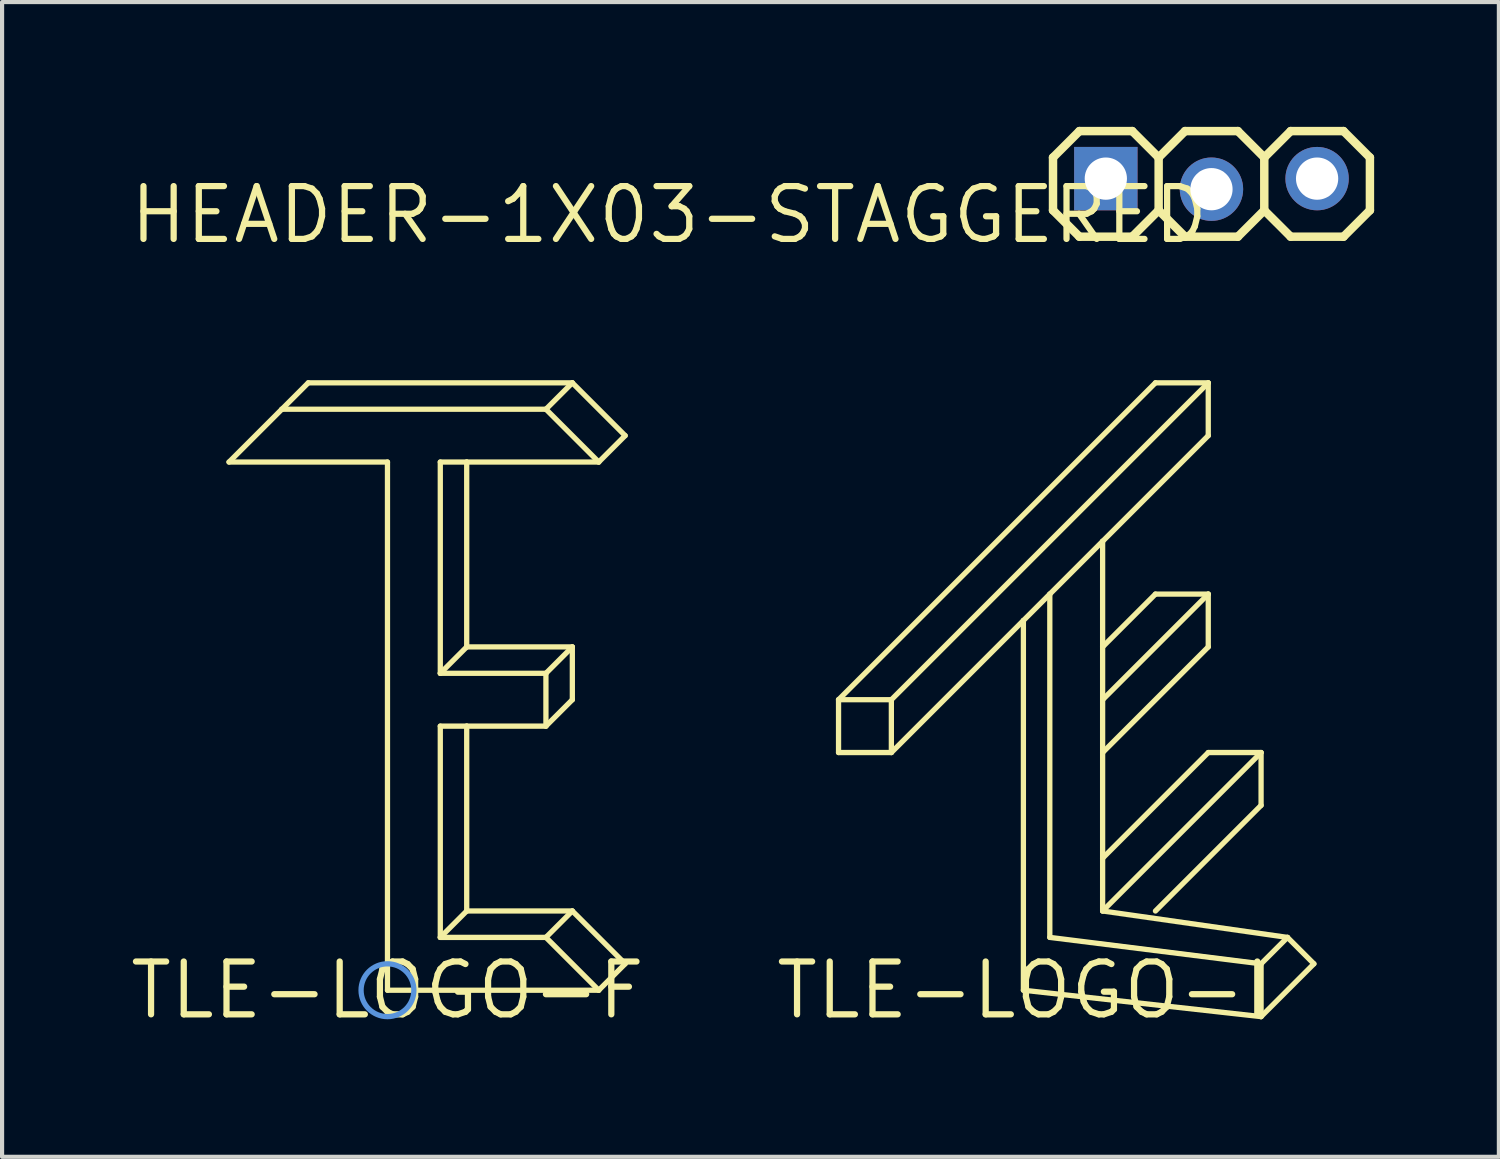
<source format=kicad_pcb>
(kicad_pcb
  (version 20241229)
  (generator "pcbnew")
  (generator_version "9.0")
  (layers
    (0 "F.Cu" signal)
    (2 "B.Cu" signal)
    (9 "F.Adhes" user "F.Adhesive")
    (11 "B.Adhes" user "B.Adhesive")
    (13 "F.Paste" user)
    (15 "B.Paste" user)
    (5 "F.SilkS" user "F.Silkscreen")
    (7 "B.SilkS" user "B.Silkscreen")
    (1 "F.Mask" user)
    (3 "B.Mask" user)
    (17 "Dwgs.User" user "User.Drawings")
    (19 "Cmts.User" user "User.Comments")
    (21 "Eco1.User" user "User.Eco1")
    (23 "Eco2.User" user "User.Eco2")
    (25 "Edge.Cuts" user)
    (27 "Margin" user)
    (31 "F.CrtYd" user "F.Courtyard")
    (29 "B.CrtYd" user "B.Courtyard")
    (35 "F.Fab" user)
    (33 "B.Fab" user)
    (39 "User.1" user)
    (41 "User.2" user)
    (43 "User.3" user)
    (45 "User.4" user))
  (footprint "TLE-LOGO-F"
    (layer "F.Cu")
    (at 6.267 20.76)
    (property "Reference" "TLE-LOGO-F" (at 0 0 0) (layer "F.SilkS") (effects (font (size 1.27 1.27) (thickness 0.15))))
    (attr through_hole)
    (fp_line (start -3.81 -12.7) (end -2.54 -13.97) (stroke (width 0.127) (type solid)) (layer "F.SilkS"))
    (fp_line (start -2.54 -13.97) (end 3.81 -13.97) (stroke (width 0.127) (type solid)) (layer "F.SilkS"))
    (fp_line (start -1.905 -14.605) (end -2.54 -13.97) (stroke (width 0.127) (type solid)) (layer "F.SilkS"))
    (fp_line (start 0 -12.7) (end -3.81 -12.7) (stroke (width 0.127) (type solid)) (layer "F.SilkS"))
    (fp_line (start 0 0) (end 0 -12.7) (stroke (width 0.127) (type solid)) (layer "F.SilkS"))
    (fp_line (start 0 0) (end 5.08 0) (stroke (width 0.127) (type solid)) (layer "F.SilkS"))
    (fp_line (start 1.27 -12.7) (end 1.27 -7.62) (stroke (width 0.127) (type solid)) (layer "F.SilkS"))
    (fp_line (start 1.27 -7.62) (end 1.905 -8.255) (stroke (width 0.127) (type solid)) (layer "F.SilkS"))
    (fp_line (start 1.27 -6.35) (end 1.905 -6.35) (stroke (width 0.127) (type solid)) (layer "F.SilkS"))
    (fp_line (start 1.27 -1.27) (end 1.27 -6.35) (stroke (width 0.127) (type solid)) (layer "F.SilkS"))
    (fp_line (start 1.27 -1.27) (end 1.905 -1.905) (stroke (width 0.127) (type solid)) (layer "F.SilkS"))
    (fp_line (start 1.905 -12.7) (end 1.27 -12.7) (stroke (width 0.127) (type solid)) (layer "F.SilkS"))
    (fp_line (start 1.905 -8.255) (end 1.905 -12.7) (stroke (width 0.127) (type solid)) (layer "F.SilkS"))
    (fp_line (start 1.905 -8.255) (end 4.445 -8.255) (stroke (width 0.127) (type solid)) (layer "F.SilkS"))
    (fp_line (start 1.905 -6.35) (end 3.81 -6.35) (stroke (width 0.127) (type solid)) (layer "F.SilkS"))
    (fp_line (start 1.905 -1.905) (end 1.905 -6.35) (stroke (width 0.127) (type solid)) (layer "F.SilkS"))
    (fp_line (start 1.905 -1.905) (end 4.445 -1.905) (stroke (width 0.127) (type solid)) (layer "F.SilkS"))
    (fp_line (start 3.81 -13.97) (end 4.445 -14.605) (stroke (width 0.127) (type solid)) (layer "F.SilkS"))
    (fp_line (start 3.81 -7.62) (end 1.27 -7.62) (stroke (width 0.127) (type solid)) (layer "F.SilkS"))
    (fp_line (start 3.81 -6.35) (end 3.81 -7.62) (stroke (width 0.127) (type solid)) (layer "F.SilkS"))
    (fp_line (start 3.81 -6.35) (end 4.445 -6.985) (stroke (width 0.127) (type solid)) (layer "F.SilkS"))
    (fp_line (start 3.81 -1.27) (end 1.27 -1.27) (stroke (width 0.127) (type solid)) (layer "F.SilkS"))
    (fp_line (start 4.445 -14.605) (end -1.905 -14.605) (stroke (width 0.127) (type solid)) (layer "F.SilkS"))
    (fp_line (start 4.445 -14.605) (end 5.715 -13.335) (stroke (width 0.127) (type solid)) (layer "F.SilkS"))
    (fp_line (start 4.445 -8.255) (end 3.81 -7.62) (stroke (width 0.127) (type solid)) (layer "F.SilkS"))
    (fp_line (start 4.445 -6.985) (end 4.445 -8.255) (stroke (width 0.127) (type solid)) (layer "F.SilkS"))
    (fp_line (start 4.445 -1.905) (end 3.81 -1.27) (stroke (width 0.127) (type solid)) (layer "F.SilkS"))
    (fp_line (start 4.445 -1.905) (end 5.715 -0.635) (stroke (width 0.127) (type solid)) (layer "F.SilkS"))
    (fp_line (start 5.08 -12.7) (end 1.905 -12.7) (stroke (width 0.127) (type solid)) (layer "F.SilkS"))
    (fp_line (start 5.08 -12.7) (end 3.81 -13.97) (stroke (width 0.127) (type solid)) (layer "F.SilkS"))
    (fp_line (start 5.08 0) (end 3.81 -1.27) (stroke (width 0.127) (type solid)) (layer "F.SilkS"))
    (fp_line (start 5.715 -13.335) (end 5.08 -12.7) (stroke (width 0.127) (type solid)) (layer "F.SilkS"))
    (fp_line (start 5.715 -0.635) (end 5.08 0) (stroke (width 0.127) (type solid)) (layer "F.SilkS"))
    (fp_circle (center 0 0) (end 0.635 0) (stroke (width 0.127) (type solid)) (fill no) (layer "Cmts.User")))
  (footprint "TLE-LOGO-I"
    (layer "F.Cu")
    (at 21.558 20.76)
    (property "Reference" "TLE-LOGO-I" (at 0 0 0) (layer "F.SilkS") (effects (font (size 1.27 1.27) (thickness 0.15))))
    (attr through_hole)
    (fp_line (start -4.445 -6.985) (end -3.175 -6.985) (stroke (width 0.127) (type solid)) (layer "F.SilkS"))
    (fp_line (start -4.445 -6.985) (end 3.175 -14.605) (stroke (width 0.127) (type solid)) (layer "F.SilkS"))
    (fp_line (start -4.445 -5.715) (end -4.445 -6.985) (stroke (width 0.127) (type solid)) (layer "F.SilkS"))
    (fp_line (start -3.175 -6.985) (end -3.175 -5.715) (stroke (width 0.127) (type solid)) (layer "F.SilkS"))
    (fp_line (start -3.175 -5.715) (end -4.445 -5.715) (stroke (width 0.127) (type solid)) (layer "F.SilkS"))
    (fp_line (start -3.175 -5.715) (end 0 -8.89) (stroke (width 0.127) (type solid)) (layer "F.SilkS"))
    (fp_line (start 0 -8.89) (end 0 0) (stroke (width 0.127) (type solid)) (layer "F.SilkS"))
    (fp_line (start 0 -8.89) (end 0.635 -9.525) (stroke (width 0.127) (type solid)) (layer "F.SilkS"))
    (fp_line (start 0.635 -9.525) (end 0.635 -1.27) (stroke (width 0.127) (type solid)) (layer "F.SilkS"))
    (fp_line (start 0.635 -9.525) (end 1.905 -10.795) (stroke (width 0.127) (type solid)) (layer "F.SilkS"))
    (fp_line (start 0.635 -1.27) (end 5.715 -0.635) (stroke (width 0.127) (type solid)) (layer "F.SilkS"))
    (fp_line (start 1.905 -10.795) (end 1.905 -8.255) (stroke (width 0.127) (type solid)) (layer "F.SilkS"))
    (fp_line (start 1.905 -10.795) (end 4.445 -13.335) (stroke (width 0.127) (type solid)) (layer "F.SilkS"))
    (fp_line (start 1.905 -8.255) (end 1.905 -6.985) (stroke (width 0.127) (type solid)) (layer "F.SilkS"))
    (fp_line (start 1.905 -6.985) (end 1.905 -5.715) (stroke (width 0.127) (type solid)) (layer "F.SilkS"))
    (fp_line (start 1.905 -6.985) (end 4.445 -9.525) (stroke (width 0.127) (type solid)) (layer "F.SilkS"))
    (fp_line (start 1.905 -5.715) (end 1.905 -3.175) (stroke (width 0.127) (type solid)) (layer "F.SilkS"))
    (fp_line (start 1.905 -3.175) (end 1.905 -1.905) (stroke (width 0.127) (type solid)) (layer "F.SilkS"))
    (fp_line (start 1.905 -1.905) (end 5.715 -5.715) (stroke (width 0.127) (type solid)) (layer "F.SilkS"))
    (fp_line (start 1.905 -1.905) (end 6.35 -1.27) (stroke (width 0.127) (type solid)) (layer "F.SilkS"))
    (fp_line (start 3.175 -14.605) (end 4.445 -14.605) (stroke (width 0.127) (type solid)) (layer "F.SilkS"))
    (fp_line (start 3.175 -9.525) (end 1.905 -8.255) (stroke (width 0.127) (type solid)) (layer "F.SilkS"))
    (fp_line (start 4.445 -14.605) (end -3.175 -6.985) (stroke (width 0.127) (type solid)) (layer "F.SilkS"))
    (fp_line (start 4.445 -13.335) (end 4.445 -14.605) (stroke (width 0.127) (type solid)) (layer "F.SilkS"))
    (fp_line (start 4.445 -9.525) (end 3.175 -9.525) (stroke (width 0.127) (type solid)) (layer "F.SilkS"))
    (fp_line (start 4.445 -9.525) (end 4.445 -8.255) (stroke (width 0.127) (type solid)) (layer "F.SilkS"))
    (fp_line (start 4.445 -8.255) (end 1.905 -5.715) (stroke (width 0.127) (type solid)) (layer "F.SilkS"))
    (fp_line (start 4.445 -5.715) (end 1.905 -3.175) (stroke (width 0.127) (type solid)) (layer "F.SilkS"))
    (fp_line (start 5.715 -5.715) (end 4.445 -5.715) (stroke (width 0.127) (type solid)) (layer "F.SilkS"))
    (fp_line (start 5.715 -5.715) (end 5.715 -4.445) (stroke (width 0.127) (type solid)) (layer "F.SilkS"))
    (fp_line (start 5.715 -4.445) (end 3.175 -1.905) (stroke (width 0.127) (type solid)) (layer "F.SilkS"))
    (fp_line (start 5.715 -0.635) (end 6.35 -1.27) (stroke (width 0.127) (type solid)) (layer "F.SilkS"))
    (fp_line (start 5.715 0.635) (end 0 0) (stroke (width 0.127) (type solid)) (layer "F.SilkS"))
    (fp_line (start 5.715 0.635) (end 5.715 -0.635) (stroke (width 0.127) (type solid)) (layer "F.SilkS"))
    (fp_line (start 6.35 -1.27) (end 6.985 -0.635) (stroke (width 0.127) (type solid)) (layer "F.SilkS"))
    (fp_line (start 6.985 -0.635) (end 5.715 0.635) (stroke (width 0.127) (type solid)) (layer "F.SilkS")))
  (footprint "HEADER-1X03-STAGGERED"
    (layer "F.Cu")
    (at 26.08 1.372)
    (property "Reference" "HEADER-1X03-STAGGERED" (at 0 0 0) (layer "F.SilkS") (effects (font (size 1.27 1.27) (thickness 0.15)) (justify right top)))
    (attr through_hole)
    (fp_line (start -3.81 -0.635) (end -3.81 0.635) (stroke (width 0.203) (type solid)) (layer "F.SilkS"))
    (fp_line (start -3.81 0.635) (end -3.175 1.27) (stroke (width 0.203) (type solid)) (layer "F.SilkS"))
    (fp_line (start -3.175 -1.27) (end -3.81 -0.635) (stroke (width 0.203) (type solid)) (layer "F.SilkS"))
    (fp_line (start -3.175 -1.27) (end -1.905 -1.27) (stroke (width 0.203) (type solid)) (layer "F.SilkS"))
    (fp_line (start -1.905 -1.27) (end -1.27 -0.635) (stroke (width 0.203) (type solid)) (layer "F.SilkS"))
    (fp_line (start -1.905 1.27) (end -3.175 1.27) (stroke (width 0.203) (type solid)) (layer "F.SilkS"))
    (fp_line (start -1.27 -0.635) (end -1.27 0.635) (stroke (width 0.203) (type solid)) (layer "F.SilkS"))
    (fp_line (start -1.27 -0.635) (end -0.635 -1.27) (stroke (width 0.203) (type solid)) (layer "F.SilkS"))
    (fp_line (start -1.27 0.635) (end -1.905 1.27) (stroke (width 0.203) (type solid)) (layer "F.SilkS"))
    (fp_line (start -0.635 -1.27) (end 0.635 -1.27) (stroke (width 0.203) (type solid)) (layer "F.SilkS"))
    (fp_line (start -0.635 1.27) (end -1.27 0.635) (stroke (width 0.203) (type solid)) (layer "F.SilkS"))
    (fp_line (start 0.635 -1.27) (end 1.27 -0.635) (stroke (width 0.203) (type solid)) (layer "F.SilkS"))
    (fp_line (start 0.635 1.27) (end -0.635 1.27) (stroke (width 0.203) (type solid)) (layer "F.SilkS"))
    (fp_line (start 1.27 -0.635) (end 1.27 0.635) (stroke (width 0.203) (type solid)) (layer "F.SilkS"))
    (fp_line (start 1.27 -0.635) (end 1.905 -1.27) (stroke (width 0.203) (type solid)) (layer "F.SilkS"))
    (fp_line (start 1.27 0.635) (end 0.635 1.27) (stroke (width 0.203) (type solid)) (layer "F.SilkS"))
    (fp_line (start 1.905 -1.27) (end 3.175 -1.27) (stroke (width 0.203) (type solid)) (layer "F.SilkS"))
    (fp_line (start 1.905 1.27) (end 1.27 0.635) (stroke (width 0.203) (type solid)) (layer "F.SilkS"))
    (fp_line (start 3.175 -1.27) (end 3.81 -0.635) (stroke (width 0.203) (type solid)) (layer "F.SilkS"))
    (fp_line (start 3.175 1.27) (end 1.905 1.27) (stroke (width 0.203) (type solid)) (layer "F.SilkS"))
    (fp_line (start 3.81 -0.635) (end 3.81 0.635) (stroke (width 0.203) (type solid)) (layer "F.SilkS"))
    (fp_line (start 3.81 0.635) (end 3.175 1.27) (stroke (width 0.203) (type solid)) (layer "F.SilkS"))
    (fp_poly (pts (xy -2.794 0.254) (xy -2.286 0.254) (xy -2.286 -0.254) (xy -2.794 -0.254)) (stroke (width 0.1) (type solid)) (fill no) (layer "F.Fab"))
    (fp_poly (pts (xy -0.254 0.254) (xy 0.254 0.254) (xy 0.254 -0.254) (xy -0.254 -0.254)) (stroke (width 0.1) (type solid)) (fill no) (layer "F.Fab"))
    (fp_poly (pts (xy 2.286 0.254) (xy 2.794 0.254) (xy 2.794 -0.254) (xy 2.286 -0.254)) (stroke (width 0.1) (type solid)) (fill no) (layer "F.Fab"))
    (pad "1" thru_hole rect (at -2.54 -0.127 90) (size 1.524 1.524) (drill 1.016) (layers "*.Cu" "*.Mask"))
    (pad "2" thru_hole circle (at 0 0.127 90) (size 1.524 1.524) (drill 1.016) (layers "*.Cu" "*.Mask"))
    (pad "3" thru_hole circle (at 2.54 -0.127 90) (size 1.524 1.524) (drill 1.016) (layers "*.Cu" "*.Mask")))
  (gr_rect
    (start -3 -3)
    (end 32.991 24.766)
    (stroke (width 0.1) (type default))
    (fill no)
    (layer "Edge.Cuts")))
</source>
